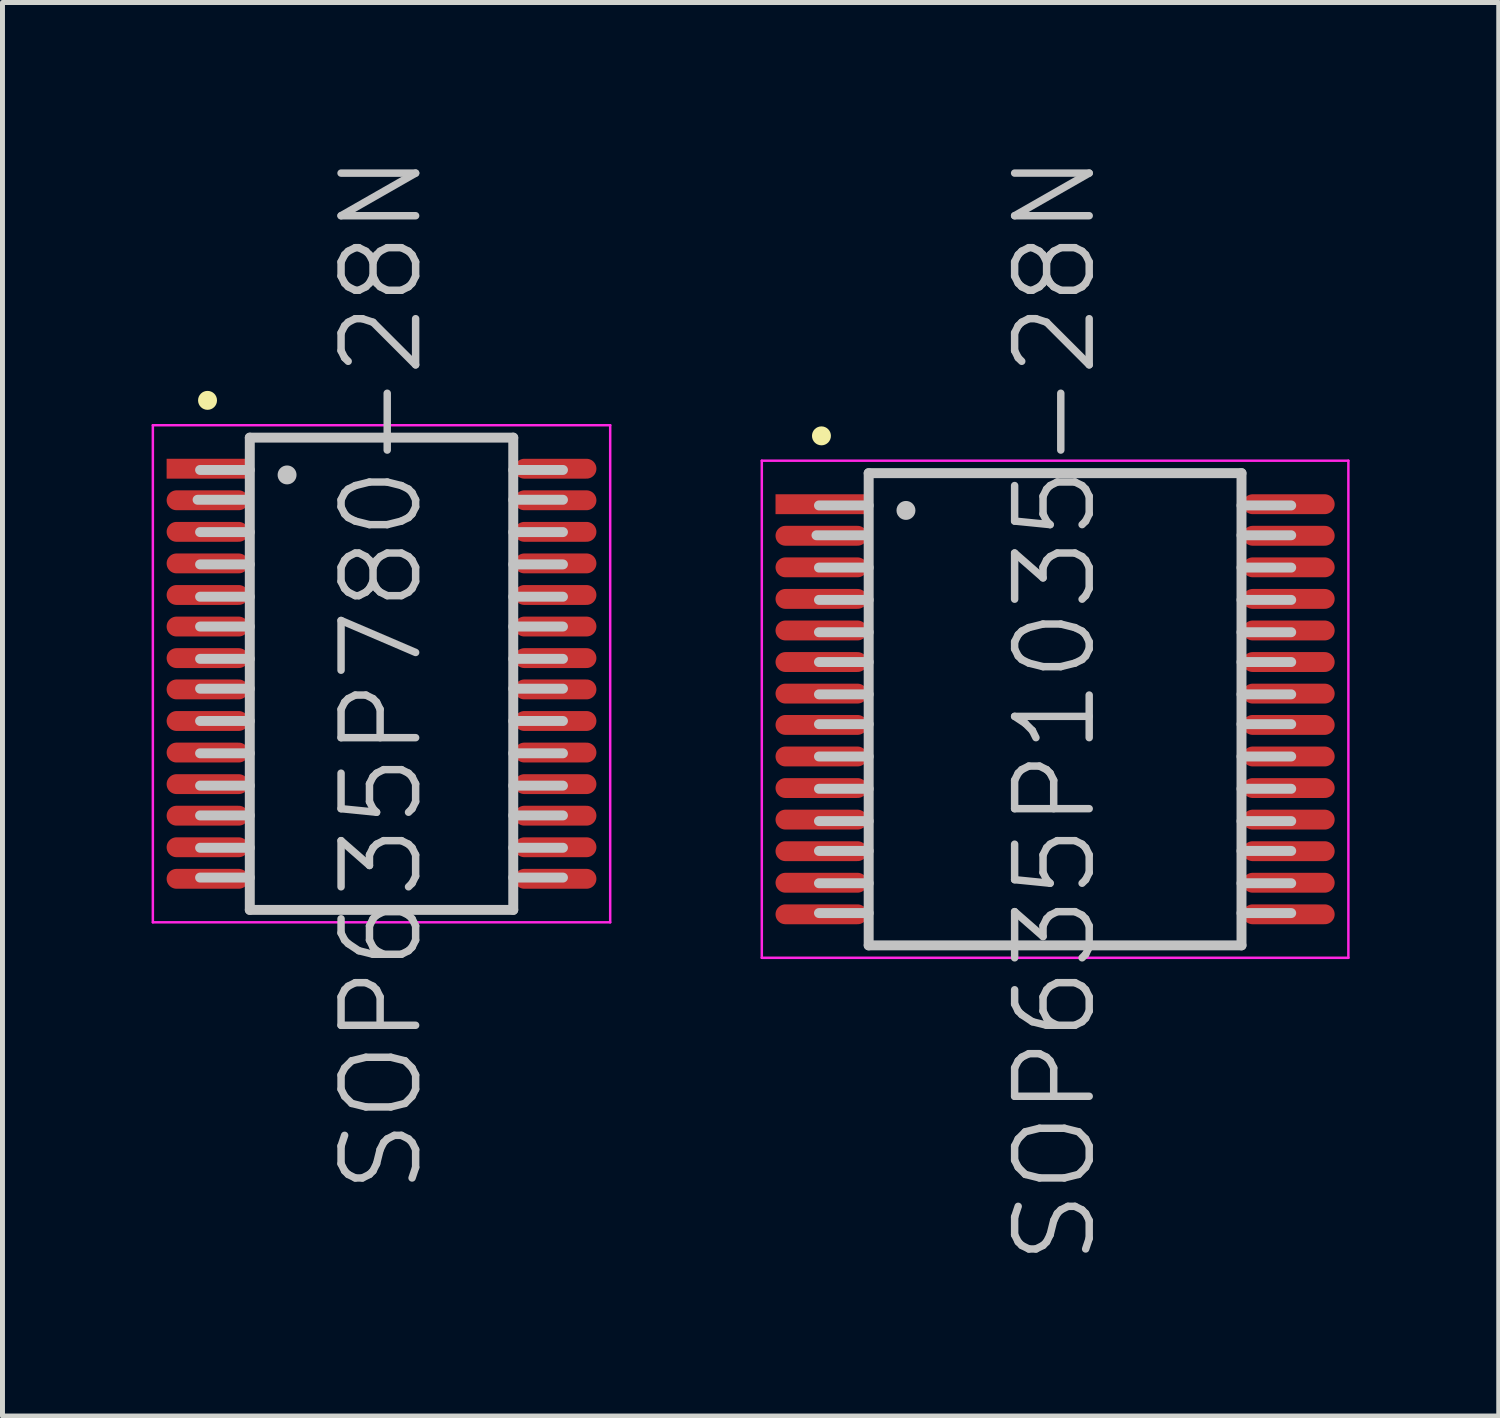
<source format=kicad_pcb>
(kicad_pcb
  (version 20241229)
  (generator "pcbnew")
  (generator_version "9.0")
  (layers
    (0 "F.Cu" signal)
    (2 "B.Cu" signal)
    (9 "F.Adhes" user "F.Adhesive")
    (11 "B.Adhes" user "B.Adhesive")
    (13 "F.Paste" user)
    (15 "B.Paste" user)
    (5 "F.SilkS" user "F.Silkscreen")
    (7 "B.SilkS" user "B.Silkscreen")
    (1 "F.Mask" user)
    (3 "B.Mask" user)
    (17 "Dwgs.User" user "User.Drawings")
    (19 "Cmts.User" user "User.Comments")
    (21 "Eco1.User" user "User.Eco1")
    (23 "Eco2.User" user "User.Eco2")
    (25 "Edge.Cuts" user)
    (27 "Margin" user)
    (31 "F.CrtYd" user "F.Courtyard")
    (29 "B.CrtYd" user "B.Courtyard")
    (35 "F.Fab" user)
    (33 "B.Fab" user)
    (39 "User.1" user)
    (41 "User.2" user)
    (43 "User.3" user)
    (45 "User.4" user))
  (footprint "SOP635P780-28N"
    (layer "F.Cu")
    (at 4.625 10.504)
    (property "Reference" "SOP635P780-28N" (at 0 0 90) (layer "Dwgs.User") (effects (font (size 1.5 1.5) (thickness 0.15))))
    (attr smd)
    (fp_line (start -3.5 -5.5) (end -3.5 -5.5) (stroke (width 0.381) (type solid)) (layer "F.SilkS"))
    (fp_line (start -2.7 -3.5) (end -3.7 -3.5) (stroke (width 0.2) (type solid)) (layer "Dwgs.User"))
    (fp_line (start -2.65 -4.75) (end -2.65 4.75) (stroke (width 0.2) (type solid)) (layer "Dwgs.User"))
    (fp_line (start -2.65 -4.75) (end 2.65 -4.75) (stroke (width 0.2) (type solid)) (layer "Dwgs.User"))
    (fp_line (start -2.65 -4.1) (end -3.65 -4.1) (stroke (width 0.2) (type solid)) (layer "Dwgs.User"))
    (fp_line (start -2.65 -2.85) (end -3.65 -2.85) (stroke (width 0.2) (type solid)) (layer "Dwgs.User"))
    (fp_line (start -2.65 -2.2) (end -3.65 -2.2) (stroke (width 0.2) (type solid)) (layer "Dwgs.User"))
    (fp_line (start -2.65 -1.55) (end -3.65 -1.55) (stroke (width 0.2) (type solid)) (layer "Dwgs.User"))
    (fp_line (start -2.65 -0.95) (end -3.65 -0.95) (stroke (width 0.2) (type solid)) (layer "Dwgs.User"))
    (fp_line (start -2.65 -0.3) (end -3.65 -0.3) (stroke (width 0.2) (type solid)) (layer "Dwgs.User"))
    (fp_line (start -2.65 0.3) (end -3.65 0.3) (stroke (width 0.2) (type solid)) (layer "Dwgs.User"))
    (fp_line (start -2.65 0.95) (end -3.65 0.95) (stroke (width 0.2) (type solid)) (layer "Dwgs.User"))
    (fp_line (start -2.65 1.6) (end -3.65 1.6) (stroke (width 0.2) (type solid)) (layer "Dwgs.User"))
    (fp_line (start -2.65 2.25) (end -3.65 2.25) (stroke (width 0.2) (type solid)) (layer "Dwgs.User"))
    (fp_line (start -2.65 2.85) (end -3.65 2.85) (stroke (width 0.2) (type solid)) (layer "Dwgs.User"))
    (fp_line (start -2.65 3.5) (end -3.65 3.5) (stroke (width 0.2) (type solid)) (layer "Dwgs.User"))
    (fp_line (start -2.65 4.1) (end -3.65 4.1) (stroke (width 0.2) (type solid)) (layer "Dwgs.User"))
    (fp_line (start -2.65 4.75) (end 2.65 4.75) (stroke (width 0.2) (type solid)) (layer "Dwgs.User"))
    (fp_line (start -1.9 -4) (end -1.9 -4) (stroke (width 0.381) (type solid)) (layer "Dwgs.User"))
    (fp_line (start 2.65 -4.75) (end 2.65 4.75) (stroke (width 0.2) (type solid)) (layer "Dwgs.User"))
    (fp_line (start 3.65 -4.1) (end 2.65 -4.1) (stroke (width 0.2) (type solid)) (layer "Dwgs.User"))
    (fp_line (start 3.65 -3.5) (end 2.65 -3.5) (stroke (width 0.2) (type solid)) (layer "Dwgs.User"))
    (fp_line (start 3.65 -2.85) (end 2.65 -2.85) (stroke (width 0.2) (type solid)) (layer "Dwgs.User"))
    (fp_line (start 3.65 -2.2) (end 2.65 -2.2) (stroke (width 0.2) (type solid)) (layer "Dwgs.User"))
    (fp_line (start 3.65 -1.55) (end 2.65 -1.55) (stroke (width 0.2) (type solid)) (layer "Dwgs.User"))
    (fp_line (start 3.65 -0.95) (end 2.65 -0.95) (stroke (width 0.2) (type solid)) (layer "Dwgs.User"))
    (fp_line (start 3.65 -0.3) (end 2.65 -0.3) (stroke (width 0.2) (type solid)) (layer "Dwgs.User"))
    (fp_line (start 3.65 0.3) (end 2.65 0.3) (stroke (width 0.2) (type solid)) (layer "Dwgs.User"))
    (fp_line (start 3.65 0.95) (end 2.65 0.95) (stroke (width 0.2) (type solid)) (layer "Dwgs.User"))
    (fp_line (start 3.65 1.6) (end 2.65 1.6) (stroke (width 0.2) (type solid)) (layer "Dwgs.User"))
    (fp_line (start 3.65 2.25) (end 2.65 2.25) (stroke (width 0.2) (type solid)) (layer "Dwgs.User"))
    (fp_line (start 3.65 2.85) (end 2.65 2.85) (stroke (width 0.2) (type solid)) (layer "Dwgs.User"))
    (fp_line (start 3.65 3.5) (end 2.65 3.5) (stroke (width 0.2) (type solid)) (layer "Dwgs.User"))
    (fp_line (start 3.65 4.1) (end 2.65 4.1) (stroke (width 0.2) (type solid)) (layer "Dwgs.User"))
    (fp_line (start -4.6 -5) (end -4.6 5) (stroke (width 0.05) (type solid)) (layer "F.CrtYd"))
    (fp_line (start -4.6 -5) (end 4.6 -5) (stroke (width 0.05) (type solid)) (layer "F.CrtYd"))
    (fp_line (start -4.6 5) (end 4.6 5) (stroke (width 0.05) (type solid)) (layer "F.CrtYd"))
    (fp_line (start 4.6 -5) (end 4.6 5) (stroke (width 0.05) (type solid)) (layer "F.CrtYd"))
    (pad "1" smd rect (at -3.498 -4.125 90) (size 0.4 1.65) (layers "F.Cu" "F.Mask" "F.Paste"))
    (pad "2" smd oval (at -3.498 -3.49 90) (size 0.4 1.65) (layers "F.Cu" "F.Mask" "F.Paste"))
    (pad "3" smd oval (at -3.498 -2.855 90) (size 0.4 1.65) (layers "F.Cu" "F.Mask" "F.Paste"))
    (pad "4" smd oval (at -3.498 -2.22 90) (size 0.4 1.65) (layers "F.Cu" "F.Mask" "F.Paste"))
    (pad "5" smd oval (at -3.498 -1.585 90) (size 0.4 1.65) (layers "F.Cu" "F.Mask" "F.Paste"))
    (pad "6" smd oval (at -3.498 -0.95 90) (size 0.4 1.65) (layers "F.Cu" "F.Mask" "F.Paste"))
    (pad "7" smd oval (at -3.498 -0.315 90) (size 0.4 1.65) (layers "F.Cu" "F.Mask" "F.Paste"))
    (pad "8" smd oval (at -3.498 0.315 90) (size 0.4 1.65) (layers "F.Cu" "F.Mask" "F.Paste"))
    (pad "9" smd oval (at -3.498 0.95 90) (size 0.4 1.65) (layers "F.Cu" "F.Mask" "F.Paste"))
    (pad "10" smd oval (at -3.498 1.585 90) (size 0.4 1.65) (layers "F.Cu" "F.Mask" "F.Paste"))
    (pad "11" smd oval (at -3.498 2.22 90) (size 0.4 1.65) (layers "F.Cu" "F.Mask" "F.Paste"))
    (pad "12" smd oval (at -3.498 2.855 90) (size 0.4 1.65) (layers "F.Cu" "F.Mask" "F.Paste"))
    (pad "13" smd oval (at -3.498 3.49 90) (size 0.4 1.65) (layers "F.Cu" "F.Mask" "F.Paste"))
    (pad "14" smd oval (at -3.498 4.125 90) (size 0.4 1.65) (layers "F.Cu" "F.Mask" "F.Paste"))
    (pad "15" smd oval (at 3.498 4.125 270) (size 0.4 1.65) (layers "F.Cu" "F.Mask" "F.Paste"))
    (pad "16" smd oval (at 3.498 3.49 270) (size 0.4 1.65) (layers "F.Cu" "F.Mask" "F.Paste"))
    (pad "17" smd oval (at 3.498 2.855 270) (size 0.4 1.65) (layers "F.Cu" "F.Mask" "F.Paste"))
    (pad "18" smd oval (at 3.498 2.22 270) (size 0.4 1.65) (layers "F.Cu" "F.Mask" "F.Paste"))
    (pad "19" smd oval (at 3.498 1.585 270) (size 0.4 1.65) (layers "F.Cu" "F.Mask" "F.Paste"))
    (pad "20" smd oval (at 3.498 0.95 270) (size 0.4 1.65) (layers "F.Cu" "F.Mask" "F.Paste"))
    (pad "21" smd oval (at 3.498 0.315 270) (size 0.4 1.65) (layers "F.Cu" "F.Mask" "F.Paste"))
    (pad "22" smd oval (at 3.498 -0.315 270) (size 0.4 1.65) (layers "F.Cu" "F.Mask" "F.Paste"))
    (pad "23" smd oval (at 3.498 -0.95 270) (size 0.4 1.65) (layers "F.Cu" "F.Mask" "F.Paste"))
    (pad "24" smd oval (at 3.498 -1.585 270) (size 0.4 1.65) (layers "F.Cu" "F.Mask" "F.Paste"))
    (pad "25" smd oval (at 3.498 -2.22 270) (size 0.4 1.65) (layers "F.Cu" "F.Mask" "F.Paste"))
    (pad "26" smd oval (at 3.498 -2.855 270) (size 0.4 1.65) (layers "F.Cu" "F.Mask" "F.Paste"))
    (pad "27" smd oval (at 3.498 -3.49 270) (size 0.4 1.65) (layers "F.Cu" "F.Mask" "F.Paste"))
    (pad "28" smd oval (at 3.498 -4.125 270) (size 0.4 1.65) (layers "F.Cu" "F.Mask" "F.Paste")))
  (footprint "SOP635P1035-28N"
    (layer "F.Cu")
    (at 18.175 11.218)
    (property "Reference" "SOP635P1035-28N" (at 0 0 90) (layer "Dwgs.User") (effects (font (size 1.5 1.5) (thickness 0.15))))
    (attr smd)
    (fp_line (start -4.7 -5.5) (end -4.7 -5.5) (stroke (width 0.381) (type solid)) (layer "F.SilkS"))
    (fp_line (start -3.8 -3.5) (end -4.8 -3.5) (stroke (width 0.2) (type solid)) (layer "Dwgs.User"))
    (fp_line (start -3.75 -4.75) (end -3.75 4.75) (stroke (width 0.2) (type solid)) (layer "Dwgs.User"))
    (fp_line (start -3.75 -4.75) (end 3.75 -4.75) (stroke (width 0.2) (type solid)) (layer "Dwgs.User"))
    (fp_line (start -3.75 -4.1) (end -4.75 -4.1) (stroke (width 0.2) (type solid)) (layer "Dwgs.User"))
    (fp_line (start -3.75 -2.85) (end -4.75 -2.85) (stroke (width 0.2) (type solid)) (layer "Dwgs.User"))
    (fp_line (start -3.75 -2.2) (end -4.75 -2.2) (stroke (width 0.2) (type solid)) (layer "Dwgs.User"))
    (fp_line (start -3.75 -1.55) (end -4.75 -1.55) (stroke (width 0.2) (type solid)) (layer "Dwgs.User"))
    (fp_line (start -3.75 -0.95) (end -4.75 -0.95) (stroke (width 0.2) (type solid)) (layer "Dwgs.User"))
    (fp_line (start -3.75 -0.3) (end -4.75 -0.3) (stroke (width 0.2) (type solid)) (layer "Dwgs.User"))
    (fp_line (start -3.75 0.3) (end -4.75 0.3) (stroke (width 0.2) (type solid)) (layer "Dwgs.User"))
    (fp_line (start -3.75 0.95) (end -4.75 0.95) (stroke (width 0.2) (type solid)) (layer "Dwgs.User"))
    (fp_line (start -3.75 1.6) (end -4.75 1.6) (stroke (width 0.2) (type solid)) (layer "Dwgs.User"))
    (fp_line (start -3.75 2.25) (end -4.75 2.25) (stroke (width 0.2) (type solid)) (layer "Dwgs.User"))
    (fp_line (start -3.75 2.85) (end -4.75 2.85) (stroke (width 0.2) (type solid)) (layer "Dwgs.User"))
    (fp_line (start -3.75 3.5) (end -4.75 3.5) (stroke (width 0.2) (type solid)) (layer "Dwgs.User"))
    (fp_line (start -3.75 4.1) (end -4.75 4.1) (stroke (width 0.2) (type solid)) (layer "Dwgs.User"))
    (fp_line (start -3.75 4.75) (end 3.75 4.75) (stroke (width 0.2) (type solid)) (layer "Dwgs.User"))
    (fp_line (start -3 -4) (end -3 -4) (stroke (width 0.381) (type solid)) (layer "Dwgs.User"))
    (fp_line (start 3.75 -4.75) (end 3.75 4.75) (stroke (width 0.2) (type solid)) (layer "Dwgs.User"))
    (fp_line (start 4.75 -4.1) (end 3.75 -4.1) (stroke (width 0.2) (type solid)) (layer "Dwgs.User"))
    (fp_line (start 4.75 -3.5) (end 3.75 -3.5) (stroke (width 0.2) (type solid)) (layer "Dwgs.User"))
    (fp_line (start 4.75 -2.85) (end 3.75 -2.85) (stroke (width 0.2) (type solid)) (layer "Dwgs.User"))
    (fp_line (start 4.75 -2.2) (end 3.75 -2.2) (stroke (width 0.2) (type solid)) (layer "Dwgs.User"))
    (fp_line (start 4.75 -1.55) (end 3.75 -1.55) (stroke (width 0.2) (type solid)) (layer "Dwgs.User"))
    (fp_line (start 4.75 -0.95) (end 3.75 -0.95) (stroke (width 0.2) (type solid)) (layer "Dwgs.User"))
    (fp_line (start 4.75 -0.3) (end 3.75 -0.3) (stroke (width 0.2) (type solid)) (layer "Dwgs.User"))
    (fp_line (start 4.75 0.3) (end 3.75 0.3) (stroke (width 0.2) (type solid)) (layer "Dwgs.User"))
    (fp_line (start 4.75 0.95) (end 3.75 0.95) (stroke (width 0.2) (type solid)) (layer "Dwgs.User"))
    (fp_line (start 4.75 1.6) (end 3.75 1.6) (stroke (width 0.2) (type solid)) (layer "Dwgs.User"))
    (fp_line (start 4.75 2.25) (end 3.75 2.25) (stroke (width 0.2) (type solid)) (layer "Dwgs.User"))
    (fp_line (start 4.75 2.85) (end 3.75 2.85) (stroke (width 0.2) (type solid)) (layer "Dwgs.User"))
    (fp_line (start 4.75 3.5) (end 3.75 3.5) (stroke (width 0.2) (type solid)) (layer "Dwgs.User"))
    (fp_line (start 4.75 4.1) (end 3.75 4.1) (stroke (width 0.2) (type solid)) (layer "Dwgs.User"))
    (fp_line (start -5.9 -5) (end -5.9 5) (stroke (width 0.05) (type solid)) (layer "F.CrtYd"))
    (fp_line (start -5.9 -5) (end 5.9 -5) (stroke (width 0.05) (type solid)) (layer "F.CrtYd"))
    (fp_line (start -5.9 5) (end 5.9 5) (stroke (width 0.05) (type solid)) (layer "F.CrtYd"))
    (fp_line (start 5.9 -5) (end 5.9 5) (stroke (width 0.05) (type solid)) (layer "F.CrtYd"))
    (pad "1" smd rect (at -4.699 -4.125 90) (size 0.4 1.85) (layers "F.Cu" "F.Mask" "F.Paste"))
    (pad "2" smd oval (at -4.699 -3.49 90) (size 0.4 1.85) (layers "F.Cu" "F.Mask" "F.Paste"))
    (pad "3" smd oval (at -4.699 -2.855 90) (size 0.4 1.85) (layers "F.Cu" "F.Mask" "F.Paste"))
    (pad "4" smd oval (at -4.699 -2.22 90) (size 0.4 1.85) (layers "F.Cu" "F.Mask" "F.Paste"))
    (pad "5" smd oval (at -4.699 -1.585 90) (size 0.4 1.85) (layers "F.Cu" "F.Mask" "F.Paste"))
    (pad "6" smd oval (at -4.699 -0.95 90) (size 0.4 1.85) (layers "F.Cu" "F.Mask" "F.Paste"))
    (pad "7" smd oval (at -4.699 -0.315 90) (size 0.4 1.85) (layers "F.Cu" "F.Mask" "F.Paste"))
    (pad "8" smd oval (at -4.699 0.315 90) (size 0.4 1.85) (layers "F.Cu" "F.Mask" "F.Paste"))
    (pad "9" smd oval (at -4.699 0.95 90) (size 0.4 1.85) (layers "F.Cu" "F.Mask" "F.Paste"))
    (pad "10" smd oval (at -4.699 1.585 90) (size 0.4 1.85) (layers "F.Cu" "F.Mask" "F.Paste"))
    (pad "11" smd oval (at -4.699 2.22 90) (size 0.4 1.85) (layers "F.Cu" "F.Mask" "F.Paste"))
    (pad "12" smd oval (at -4.699 2.855 90) (size 0.4 1.85) (layers "F.Cu" "F.Mask" "F.Paste"))
    (pad "13" smd oval (at -4.699 3.49 90) (size 0.4 1.85) (layers "F.Cu" "F.Mask" "F.Paste"))
    (pad "14" smd oval (at -4.699 4.125 90) (size 0.4 1.85) (layers "F.Cu" "F.Mask" "F.Paste"))
    (pad "15" smd oval (at 4.699 4.125 270) (size 0.4 1.85) (layers "F.Cu" "F.Mask" "F.Paste"))
    (pad "16" smd oval (at 4.699 3.49 270) (size 0.4 1.85) (layers "F.Cu" "F.Mask" "F.Paste"))
    (pad "17" smd oval (at 4.699 2.855 270) (size 0.4 1.85) (layers "F.Cu" "F.Mask" "F.Paste"))
    (pad "18" smd oval (at 4.699 2.22 270) (size 0.4 1.85) (layers "F.Cu" "F.Mask" "F.Paste"))
    (pad "19" smd oval (at 4.699 1.585 270) (size 0.4 1.85) (layers "F.Cu" "F.Mask" "F.Paste"))
    (pad "20" smd oval (at 4.699 0.95 270) (size 0.4 1.85) (layers "F.Cu" "F.Mask" "F.Paste"))
    (pad "21" smd oval (at 4.699 0.315 270) (size 0.4 1.85) (layers "F.Cu" "F.Mask" "F.Paste"))
    (pad "22" smd oval (at 4.699 -0.315 270) (size 0.4 1.85) (layers "F.Cu" "F.Mask" "F.Paste"))
    (pad "23" smd oval (at 4.699 -0.95 270) (size 0.4 1.85) (layers "F.Cu" "F.Mask" "F.Paste"))
    (pad "24" smd oval (at 4.699 -1.585 270) (size 0.4 1.85) (layers "F.Cu" "F.Mask" "F.Paste"))
    (pad "25" smd oval (at 4.699 -2.22 270) (size 0.4 1.85) (layers "F.Cu" "F.Mask" "F.Paste"))
    (pad "26" smd oval (at 4.699 -2.855 270) (size 0.4 1.85) (layers "F.Cu" "F.Mask" "F.Paste"))
    (pad "27" smd oval (at 4.699 -3.49 270) (size 0.4 1.85) (layers "F.Cu" "F.Mask" "F.Paste"))
    (pad "28" smd oval (at 4.699 -4.125 270) (size 0.4 1.85) (layers "F.Cu" "F.Mask" "F.Paste")))
  (gr_rect
    (start -3 -3)
    (end 27.1 25.436)
    (stroke (width 0.1) (type default))
    (fill no)
    (layer "Edge.Cuts")))
</source>
